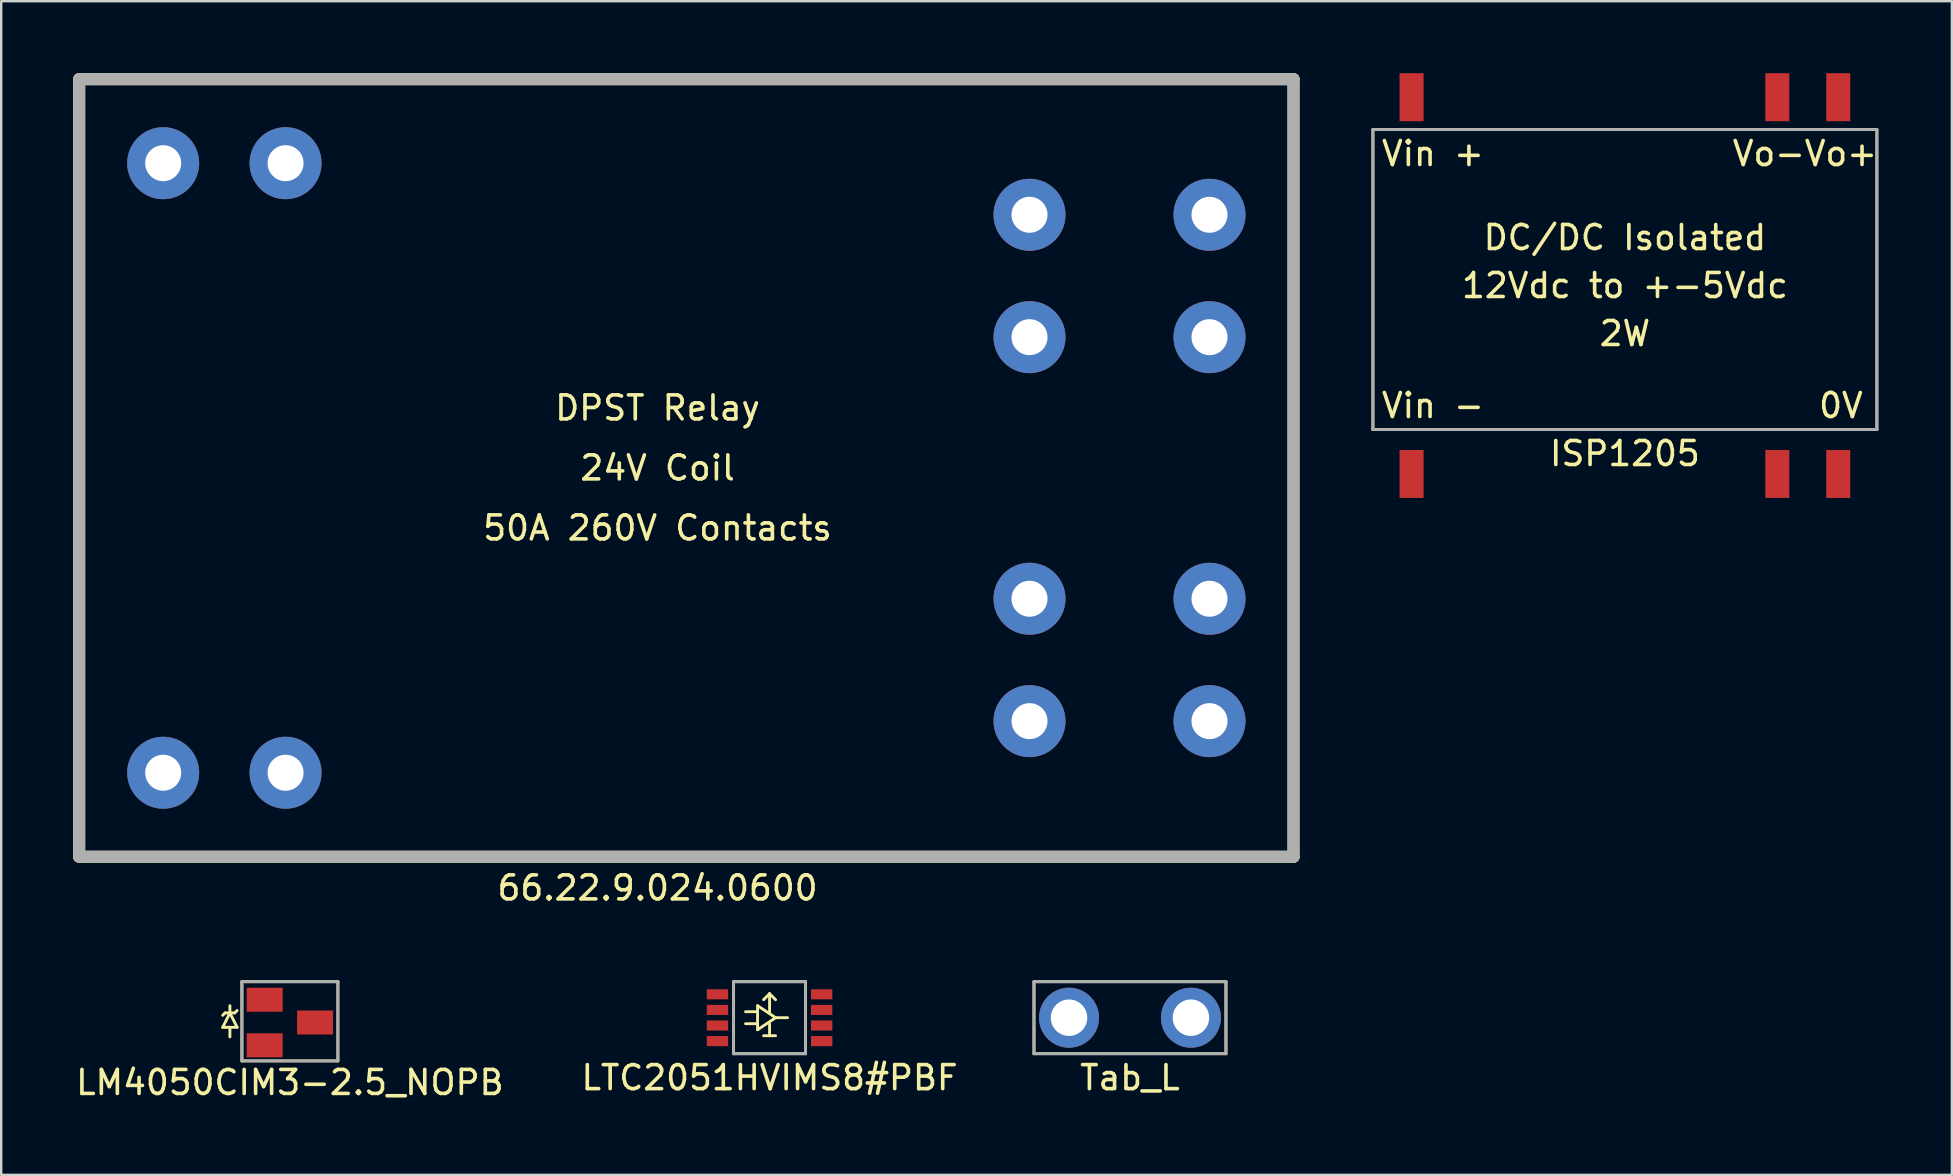
<source format=kicad_pcb>
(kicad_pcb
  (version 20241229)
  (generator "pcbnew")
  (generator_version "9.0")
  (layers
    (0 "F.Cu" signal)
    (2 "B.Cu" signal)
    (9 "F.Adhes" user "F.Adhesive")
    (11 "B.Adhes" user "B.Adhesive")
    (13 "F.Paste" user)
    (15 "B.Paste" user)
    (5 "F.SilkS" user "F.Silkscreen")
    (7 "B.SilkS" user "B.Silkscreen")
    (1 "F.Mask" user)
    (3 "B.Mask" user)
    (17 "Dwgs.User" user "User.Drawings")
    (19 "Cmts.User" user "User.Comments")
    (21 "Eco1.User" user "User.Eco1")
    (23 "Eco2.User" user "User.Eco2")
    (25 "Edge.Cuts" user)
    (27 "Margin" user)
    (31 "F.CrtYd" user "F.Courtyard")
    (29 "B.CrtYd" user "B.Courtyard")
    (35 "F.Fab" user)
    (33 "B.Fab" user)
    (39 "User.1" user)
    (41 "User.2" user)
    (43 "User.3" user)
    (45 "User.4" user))
  (footprint "ISP1205"
    (layer "F.Cu")
    (at 64.66 8.85)
    (property "Reference" "ISP1205" (at 0 7 0) (layer "F.SilkS") (effects (font (size 1 1) (thickness 0.15))))
    (attr through_hole)
    (fp_line (start -10.5 -6.5) (end 10.5 -6.5) (stroke (width 0.12) (type solid)) (layer "F.SilkS"))
    (fp_line (start -10.5 6) (end -10.5 -6.5) (stroke (width 0.12) (type solid)) (layer "F.SilkS"))
    (fp_line (start 10.5 -6.5) (end 10.5 6) (stroke (width 0.12) (type solid)) (layer "F.SilkS"))
    (fp_line (start 10.5 6) (end -10.5 6) (stroke (width 0.12) (type solid)) (layer "F.SilkS"))
    (fp_line (start -10.5 -6.5) (end -10.5 6) (stroke (width 0.12) (type solid)) (layer "F.Fab"))
    (fp_line (start -10.5 6) (end 10.5 6) (stroke (width 0.12) (type solid)) (layer "F.Fab"))
    (fp_line (start 10.5 -6.5) (end -10.5 -6.5) (stroke (width 0.12) (type solid)) (layer "F.Fab"))
    (fp_line (start 10.5 6) (end 10.5 -6.5) (stroke (width 0.12) (type solid)) (layer "F.Fab"))
    (fp_text user "12Vdc to +-5Vdc" (at 0 0 0) (layer "F.SilkS") (effects (font (size 1 1) (thickness 0.15))))
    (fp_text user "Vin -" (at -8 5 0) (layer "F.SilkS") (effects (font (size 1 1) (thickness 0.15))))
    (fp_text user "DC/DC Isolated" (at 0 -2 0) (layer "F.SilkS") (effects (font (size 1 1) (thickness 0.15))))
    (fp_text user "Vo-" (at 6 -5.5 0) (layer "F.SilkS") (effects (font (size 1 1) (thickness 0.15))))
    (fp_text user "Vo+" (at 9 -5.5 0) (layer "F.SilkS") (effects (font (size 1 1) (thickness 0.15))))
    (fp_text user "0V" (at 9 5 0) (layer "F.SilkS") (effects (font (size 1 1) (thickness 0.15))))
    (fp_text user "2W" (at 0 2 0) (layer "F.SilkS") (effects (font (size 1 1) (thickness 0.15))))
    (fp_text user "Vin +" (at -8 -5.5 0) (layer "F.SilkS") (effects (font (size 1 1) (thickness 0.15))))
    (pad "" smd rect (at 6.35 7.85 90) (size 2 1) (layers "F.Cu" "F.Mask" "F.Paste"))
    (pad "1" smd rect (at -8.89 -7.85 90) (size 2 1) (layers "F.Cu" "F.Mask" "F.Paste"))
    (pad "2" smd rect (at -8.89 7.85 90) (size 2 1) (layers "F.Cu" "F.Mask" "F.Paste"))
    (pad "3" smd rect (at 6.35 -7.85 90) (size 2 1) (layers "F.Cu" "F.Mask" "F.Paste"))
    (pad "4" smd rect (at 8.89 7.85 90) (size 2 1) (layers "F.Cu" "F.Mask" "F.Paste"))
    (pad "5" smd rect (at 8.89 -7.85 90) (size 2 1) (layers "F.Cu" "F.Mask" "F.Paste")))
  (footprint "LTC2051HVIMS8#PBF"
    (layer "F.Cu")
    (at 29.018 39.358)
    (property "Reference" "LTC2051HVIMS8#PBF" (at 0 2.5 0) (layer "F.SilkS") (effects (font (size 1 1) (thickness 0.15))))
    (attr through_hole)
    (fp_line (start -1.5 -1.5) (end 1.5 -1.5) (stroke (width 0.12) (type solid)) (layer "F.SilkS"))
    (fp_line (start -1.5 1.5) (end -1.5 -1.5) (stroke (width 0.12) (type solid)) (layer "F.SilkS"))
    (fp_line (start -1 -0.25) (end -0.5 -0.25) (stroke (width 0.12) (type solid)) (layer "F.SilkS"))
    (fp_line (start -1 0.25) (end -0.5 0.25) (stroke (width 0.12) (type solid)) (layer "F.SilkS"))
    (fp_line (start -0.5 -0.5) (end -0.5 0.5) (stroke (width 0.12) (type solid)) (layer "F.SilkS"))
    (fp_line (start -0.5 0.5) (end 0.25 0) (stroke (width 0.12) (type solid)) (layer "F.SilkS"))
    (fp_line (start -0.25 0.75) (end 0.25 0.75) (stroke (width 0.12) (type solid)) (layer "F.SilkS"))
    (fp_line (start 0 -1) (end -0.25 -0.75) (stroke (width 0.12) (type solid)) (layer "F.SilkS"))
    (fp_line (start 0 -1) (end 0.25 -0.75) (stroke (width 0.12) (type solid)) (layer "F.SilkS"))
    (fp_line (start 0 -0.25) (end 0 -1) (stroke (width 0.12) (type solid)) (layer "F.SilkS"))
    (fp_line (start 0 0.25) (end 0 0.75) (stroke (width 0.12) (type solid)) (layer "F.SilkS"))
    (fp_line (start 0.25 0) (end -0.5 -0.5) (stroke (width 0.12) (type solid)) (layer "F.SilkS"))
    (fp_line (start 0.25 0) (end 0.75 0) (stroke (width 0.12) (type solid)) (layer "F.SilkS"))
    (fp_line (start 1.5 -1.5) (end 1.5 1.5) (stroke (width 0.12) (type solid)) (layer "F.SilkS"))
    (fp_line (start 1.5 1.5) (end -1.5 1.5) (stroke (width 0.12) (type solid)) (layer "F.SilkS"))
    (fp_line (start -1.5 -1.5) (end 1.5 -1.5) (stroke (width 0.12) (type solid)) (layer "F.Fab"))
    (fp_line (start -1.5 1.5) (end -1.5 -1.5) (stroke (width 0.12) (type solid)) (layer "F.Fab"))
    (fp_line (start 1.5 -1.5) (end 1.5 1.5) (stroke (width 0.12) (type solid)) (layer "F.Fab"))
    (fp_line (start 1.5 1.5) (end -1.5 1.5) (stroke (width 0.12) (type solid)) (layer "F.Fab"))
    (pad "1" smd rect (at -2.171 -0.975 270) (size 0.42 0.889) (layers "F.Cu" "F.Mask" "F.Paste"))
    (pad "2" smd rect (at -2.171 -0.325 270) (size 0.42 0.889) (layers "F.Cu" "F.Mask" "F.Paste"))
    (pad "3" smd rect (at -2.171 0.325 270) (size 0.42 0.889) (layers "F.Cu" "F.Mask" "F.Paste"))
    (pad "4" smd rect (at -2.171 0.975 270) (size 0.42 0.889) (layers "F.Cu" "F.Mask" "F.Paste"))
    (pad "5" smd rect (at 2.171 0.975 270) (size 0.42 0.889) (layers "F.Cu" "F.Mask" "F.Paste"))
    (pad "6" smd rect (at 2.171 0.325 270) (size 0.42 0.889) (layers "F.Cu" "F.Mask" "F.Paste"))
    (pad "7" smd rect (at 2.171 -0.325 270) (size 0.42 0.889) (layers "F.Cu" "F.Mask" "F.Paste"))
    (pad "8" smd rect (at 2.171 -0.975 270) (size 0.42 0.889) (layers "F.Cu" "F.Mask" "F.Paste")))
  (footprint "Tab_L"
    (layer "F.Cu")
    (at 44.036 39.358)
    (property "Reference" "Tab_L" (at 0 2.5 0) (layer "F.SilkS") (effects (font (size 1 1) (thickness 0.15))))
    (attr through_hole)
    (fp_line (start -4 -1.5) (end 4 -1.5) (stroke (width 0.12) (type solid)) (layer "F.SilkS"))
    (fp_line (start -4 1.5) (end -4 -1.5) (stroke (width 0.12) (type solid)) (layer "F.SilkS"))
    (fp_line (start 4 -1.5) (end 4 1.5) (stroke (width 0.12) (type solid)) (layer "F.SilkS"))
    (fp_line (start 4 1.5) (end -4 1.5) (stroke (width 0.12) (type solid)) (layer "F.SilkS"))
    (fp_line (start -4 -1.5) (end 4 -1.5) (stroke (width 0.12) (type solid)) (layer "F.Fab"))
    (fp_line (start -4 1.5) (end -4 -1.5) (stroke (width 0.12) (type solid)) (layer "F.Fab"))
    (fp_line (start 4 -1.5) (end 4 1.5) (stroke (width 0.12) (type solid)) (layer "F.Fab"))
    (fp_line (start 4 1.5) (end -4 1.5) (stroke (width 0.12) (type solid)) (layer "F.Fab"))
    (pad "1" thru_hole circle (at -2.54 0) (size 2.5 2.5) (drill 1.52) (layers "*.Cu" "*.Mask"))
    (pad "1" thru_hole circle (at 2.54 0) (size 2.5 2.5) (drill 1.52) (layers "*.Cu" "*.Mask")))
  (footprint "66.22.9.024.0600"
    (layer "F.Cu")
    (at 24.35 16.45)
    (property "Reference" "66.22.9.024.0600" (at 0 17.5 0) (layer "F.SilkS") (effects (font (size 1 1) (thickness 0.15))))
    (attr through_hole)
    (fp_line (start -24.1 -16.2) (end -24.1 16.2) (stroke (width 0.5) (type solid)) (layer "F.SilkS"))
    (fp_line (start -24.1 -16.2) (end 26.5 -16.2) (stroke (width 0.5) (type solid)) (layer "F.SilkS"))
    (fp_line (start 26.5 -16.2) (end 26.5 16.2) (stroke (width 0.5) (type solid)) (layer "F.SilkS"))
    (fp_line (start 26.5 16.2) (end -24.1 16.2) (stroke (width 0.5) (type solid)) (layer "F.SilkS"))
    (fp_line (start -24.1 -16.2) (end -24.1 16.2) (stroke (width 0.5) (type solid)) (layer "F.Fab"))
    (fp_line (start -24.1 -16.2) (end 26.5 -16.2) (stroke (width 0.5) (type solid)) (layer "F.Fab"))
    (fp_line (start 26.5 -16.2) (end 26.5 16.2) (stroke (width 0.5) (type solid)) (layer "F.Fab"))
    (fp_line (start 26.5 16.2) (end -24.1 16.2) (stroke (width 0.5) (type solid)) (layer "F.Fab"))
    (fp_text user "24V Coil" (at 0 0 0) (layer "F.SilkS") (effects (font (size 1 1) (thickness 0.15))))
    (fp_text user "DPST Relay" (at 0 -2.5 0) (layer "F.SilkS") (effects (font (size 1 1) (thickness 0.15))))
    (fp_text user "50A 260V Contacts" (at 0 2.5 0) (layer "F.SilkS") (effects (font (size 1 1) (thickness 0.15))))
    (pad "1" thru_hole circle (at -20.6 -12.7) (size 3 3) (drill 1.5) (layers "*.Cu" "*.Mask"))
    (pad "1" thru_hole circle (at -15.5 -12.7) (size 3 3) (drill 1.5) (layers "*.Cu" "*.Mask"))
    (pad "2" thru_hole circle (at -20.6 12.7) (size 3 3) (drill 1.5) (layers "*.Cu" "*.Mask"))
    (pad "2" thru_hole circle (at -15.5 12.7) (size 3 3) (drill 1.5) (layers "*.Cu" "*.Mask"))
    (pad "3" thru_hole circle (at 15.5 5.45) (size 3 3) (drill 1.5) (layers "*.Cu" "*.Mask"))
    (pad "3" thru_hole circle (at 15.5 10.55) (size 3 3) (drill 1.5) (layers "*.Cu" "*.Mask"))
    (pad "4" thru_hole circle (at 23 5.45) (size 3 3) (drill 1.5) (layers "*.Cu" "*.Mask"))
    (pad "4" thru_hole circle (at 23 10.55) (size 3 3) (drill 1.5) (layers "*.Cu" "*.Mask"))
    (pad "5" thru_hole circle (at 15.5 -10.55) (size 3 3) (drill 1.5) (layers "*.Cu" "*.Mask"))
    (pad "5" thru_hole circle (at 15.5 -5.45) (size 3 3) (drill 1.5) (layers "*.Cu" "*.Mask"))
    (pad "6" thru_hole circle (at 23 -10.55) (size 3 3) (drill 1.5) (layers "*.Cu" "*.Mask"))
    (pad "6" thru_hole circle (at 23 -5.45) (size 3 3) (drill 1.5) (layers "*.Cu" "*.Mask")))
  (footprint "LM4050CIM3-2.5_NOPB"
    (layer "F.Cu")
    (at 9.03 39.558)
    (property "Reference" "LM4050CIM3-2.5_NOPB" (at 0 2.5 0) (layer "F.SilkS") (effects (font (size 1 1) (thickness 0.15))))
    (attr through_hole)
    (fp_line (start -2.8 0.2) (end -2.5 -0.4) (stroke (width 0.12) (type solid)) (layer "F.SilkS"))
    (fp_line (start -2.7 -0.4) (end -2.8 -0.3) (stroke (width 0.12) (type solid)) (layer "F.SilkS"))
    (fp_line (start -2.7 0.2) (end -2.8 0.2) (stroke (width 0.12) (type solid)) (layer "F.SilkS"))
    (fp_line (start -2.5 -0.4) (end -2.7 -0.4) (stroke (width 0.12) (type solid)) (layer "F.SilkS"))
    (fp_line (start -2.5 -0.4) (end -2.5 -0.7) (stroke (width 0.12) (type solid)) (layer "F.SilkS"))
    (fp_line (start -2.5 -0.4) (end -2.3 -0.4) (stroke (width 0.12) (type solid)) (layer "F.SilkS"))
    (fp_line (start -2.5 -0.4) (end -2.2 0.2) (stroke (width 0.12) (type solid)) (layer "F.SilkS"))
    (fp_line (start -2.5 0.2) (end -2.5 0.6) (stroke (width 0.12) (type solid)) (layer "F.SilkS"))
    (fp_line (start -2.3 -0.4) (end -2.2 -0.5) (stroke (width 0.12) (type solid)) (layer "F.SilkS"))
    (fp_line (start -2.2 0.2) (end -2.7 0.2) (stroke (width 0.12) (type solid)) (layer "F.SilkS"))
    (fp_line (start -2 -1.7) (end 2 -1.7) (stroke (width 0.12) (type solid)) (layer "F.SilkS"))
    (fp_line (start -2 1.6) (end -2 -1.7) (stroke (width 0.12) (type solid)) (layer "F.SilkS"))
    (fp_line (start 2 -1.7) (end 2 1.6) (stroke (width 0.12) (type solid)) (layer "F.SilkS"))
    (fp_line (start 2 1.6) (end -2 1.6) (stroke (width 0.12) (type solid)) (layer "F.SilkS"))
    (fp_line (start -2 -1.7) (end 2 -1.7) (stroke (width 0.12) (type solid)) (layer "F.Fab"))
    (fp_line (start -2 1.6) (end -2 -1.7) (stroke (width 0.12) (type solid)) (layer "F.Fab"))
    (fp_line (start 2 -1.7) (end 2 1.6) (stroke (width 0.12) (type solid)) (layer "F.Fab"))
    (fp_line (start 2 1.6) (end -2 1.6) (stroke (width 0.12) (type solid)) (layer "F.Fab"))
    (pad "" smd rect (at 1.05 0 180) (size 1.5 1) (layers "F.Cu" "F.Mask" "F.Paste"))
    (pad "1" smd rect (at -1.05 -0.95 180) (size 1.5 1) (layers "F.Cu" "F.Mask" "F.Paste"))
    (pad "2" smd rect (at -1.05 0.95 180) (size 1.5 1) (layers "F.Cu" "F.Mask" "F.Paste")))
  (gr_rect
    (start -3 -3)
    (end 78.285 45.907)
    (stroke (width 0.1) (type default))
    (fill no)
    (layer "Edge.Cuts")))
</source>
